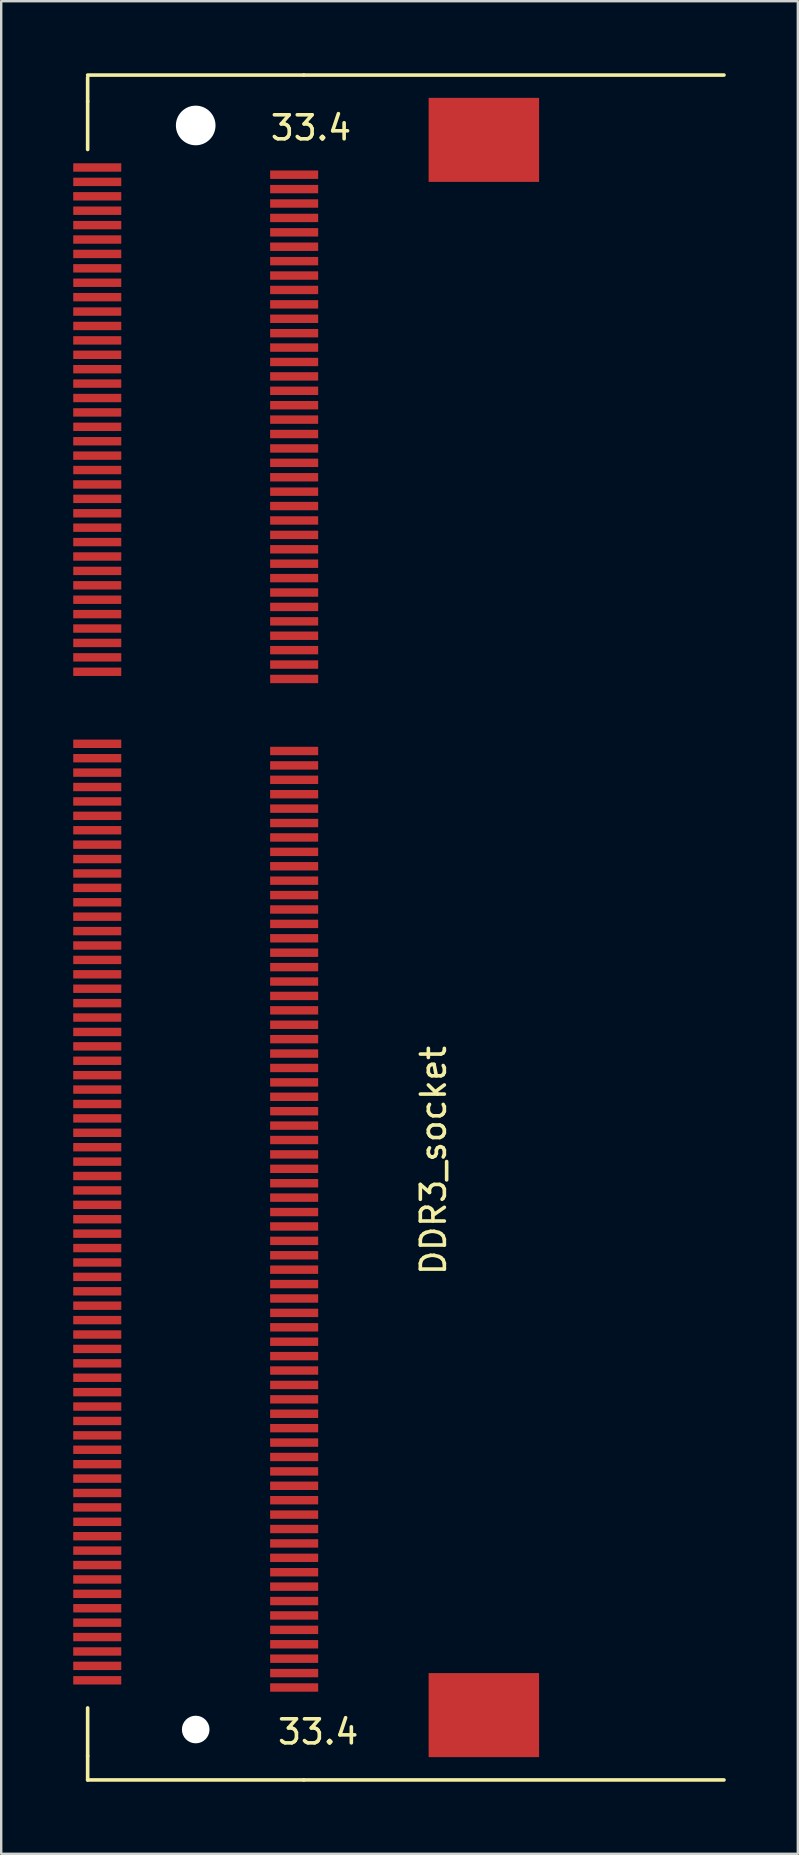
<source format=kicad_pcb>
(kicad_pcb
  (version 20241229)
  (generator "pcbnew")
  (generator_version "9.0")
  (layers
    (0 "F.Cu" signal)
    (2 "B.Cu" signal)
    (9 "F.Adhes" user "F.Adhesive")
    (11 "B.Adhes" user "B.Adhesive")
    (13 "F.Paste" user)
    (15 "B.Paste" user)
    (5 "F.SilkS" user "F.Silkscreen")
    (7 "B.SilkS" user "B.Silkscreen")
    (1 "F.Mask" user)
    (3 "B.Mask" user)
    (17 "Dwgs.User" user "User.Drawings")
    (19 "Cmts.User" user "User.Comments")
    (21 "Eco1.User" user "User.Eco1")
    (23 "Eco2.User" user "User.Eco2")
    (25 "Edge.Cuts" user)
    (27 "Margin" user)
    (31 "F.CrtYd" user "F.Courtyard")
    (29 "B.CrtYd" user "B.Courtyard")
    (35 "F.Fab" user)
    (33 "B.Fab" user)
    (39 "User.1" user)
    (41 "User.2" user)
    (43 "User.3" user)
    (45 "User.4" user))
  (footprint "DDR3_socket"
    (layer "F.Cu")
    (at 5.1 35.575)
    (property "Reference" "DDR3_socket" (at 9.9 9.7 90) (layer "F.SilkS") (effects (font (size 1 1) (thickness 0.15))))
    (attr smd)
    (fp_line (start -4.5 -35.5) (end 4.5 -35.5) (stroke (width 0.15) (type solid)) (layer "F.SilkS"))
    (fp_line (start -4.5 -35.4) (end -4.5 -34.4) (stroke (width 0.15) (type solid)) (layer "F.SilkS"))
    (fp_line (start -4.5 -34.4) (end -4.5 -32.4) (stroke (width 0.15) (type solid)) (layer "F.SilkS"))
    (fp_line (start -4.5 34.5) (end -4.5 32.5) (stroke (width 0.15) (type solid)) (layer "F.SilkS"))
    (fp_line (start -4.5 35.5) (end -4.5 34.5) (stroke (width 0.15) (type solid)) (layer "F.SilkS"))
    (fp_line (start 4.5 -35.5) (end 22 -35.5) (stroke (width 0.15) (type solid)) (layer "F.SilkS"))
    (fp_line (start 4.5 35.5) (end -4.5 35.5) (stroke (width 0.15) (type solid)) (layer "F.SilkS"))
    (fp_line (start 4.5 35.5) (end 22 35.5) (stroke (width 0.15) (type solid)) (layer "F.SilkS"))
    (fp_text user "33.4" (at 4.8 -33.3 0) (layer "F.SilkS") (effects (font (size 1 1) (thickness 0.15))))
    (fp_text user "33.4" (at 5.1 33.5 0) (layer "F.SilkS") (effects (font (size 1 1) (thickness 0.15))))
    (pad "" np_thru_hole circle (at 0 -33.4 90) (size 1.65 1.65) (drill 1.65) (layers "*.Cu"))
    (pad "" np_thru_hole circle (at 0 33.4 90) (size 1.15 1.15) (drill 1.15) (layers "*.Cu" "*.Mask"))
    (pad "1" smd rect (at -4.1 -31.65 90) (size 0.35 2) (layers "F.Cu" "F.Mask" "F.Paste"))
    (pad "2" smd rect (at 4.1 -31.35 90) (size 0.35 2) (layers "F.Cu" "F.Mask" "F.Paste"))
    (pad "3" smd rect (at -4.1 -31.05 90) (size 0.35 2) (layers "F.Cu" "F.Mask" "F.Paste"))
    (pad "4" smd rect (at 4.1 -30.75 90) (size 0.35 2) (layers "F.Cu" "F.Mask" "F.Paste"))
    (pad "5" smd rect (at -4.1 -30.45 90) (size 0.35 2) (layers "F.Cu" "F.Mask" "F.Paste"))
    (pad "6" smd rect (at 4.1 -30.15 90) (size 0.35 2) (layers "F.Cu" "F.Mask" "F.Paste"))
    (pad "7" smd rect (at -4.1 -29.85 90) (size 0.35 2) (layers "F.Cu" "F.Mask" "F.Paste"))
    (pad "8" smd rect (at 4.1 -29.55 90) (size 0.35 2) (layers "F.Cu" "F.Mask" "F.Paste"))
    (pad "9" smd rect (at -4.1 -29.25 90) (size 0.35 2) (layers "F.Cu" "F.Mask" "F.Paste"))
    (pad "10" smd rect (at 4.1 -28.95 90) (size 0.35 2) (layers "F.Cu" "F.Mask" "F.Paste"))
    (pad "11" smd rect (at -4.1 -28.65 90) (size 0.35 2) (layers "F.Cu" "F.Mask" "F.Paste"))
    (pad "12" smd rect (at 4.1 -28.35 90) (size 0.35 2) (layers "F.Cu" "F.Mask" "F.Paste"))
    (pad "13" smd rect (at -4.1 -28.05 90) (size 0.35 2) (layers "F.Cu" "F.Mask" "F.Paste"))
    (pad "14" smd rect (at 4.1 -27.75 90) (size 0.35 2) (layers "F.Cu" "F.Mask" "F.Paste"))
    (pad "15" smd rect (at -4.1 -27.45 90) (size 0.35 2) (layers "F.Cu" "F.Mask" "F.Paste"))
    (pad "16" smd rect (at 4.1 -27.15 90) (size 0.35 2) (layers "F.Cu" "F.Mask" "F.Paste"))
    (pad "17" smd rect (at -4.1 -26.85 90) (size 0.35 2) (layers "F.Cu" "F.Mask" "F.Paste"))
    (pad "18" smd rect (at 4.1 -26.55 90) (size 0.35 2) (layers "F.Cu" "F.Mask" "F.Paste"))
    (pad "19" smd rect (at -4.1 -26.25 90) (size 0.35 2) (layers "F.Cu" "F.Mask" "F.Paste"))
    (pad "20" smd rect (at 4.1 -25.95 90) (size 0.35 2) (layers "F.Cu" "F.Mask" "F.Paste"))
    (pad "21" smd rect (at -4.1 -25.65 90) (size 0.35 2) (layers "F.Cu" "F.Mask" "F.Paste"))
    (pad "22" smd rect (at 4.1 -25.35 90) (size 0.35 2) (layers "F.Cu" "F.Mask" "F.Paste"))
    (pad "23" smd rect (at -4.1 -25.05 90) (size 0.35 2) (layers "F.Cu" "F.Mask" "F.Paste"))
    (pad "24" smd rect (at 4.1 -24.75 90) (size 0.35 2) (layers "F.Cu" "F.Mask" "F.Paste"))
    (pad "25" smd rect (at -4.1 -24.45 90) (size 0.35 2) (layers "F.Cu" "F.Mask" "F.Paste"))
    (pad "26" smd rect (at 4.1 -24.15 90) (size 0.35 2) (layers "F.Cu" "F.Mask" "F.Paste"))
    (pad "27" smd rect (at -4.1 -23.85 90) (size 0.35 2) (layers "F.Cu" "F.Mask" "F.Paste"))
    (pad "28" smd rect (at 4.1 -23.55 90) (size 0.35 2) (layers "F.Cu" "F.Mask" "F.Paste"))
    (pad "29" smd rect (at -4.1 -23.25 90) (size 0.35 2) (layers "F.Cu" "F.Mask" "F.Paste"))
    (pad "30" smd rect (at 4.1 -22.95 90) (size 0.35 2) (layers "F.Cu" "F.Mask" "F.Paste"))
    (pad "31" smd rect (at -4.1 -22.65 90) (size 0.35 2) (layers "F.Cu" "F.Mask" "F.Paste"))
    (pad "32" smd rect (at 4.1 -22.35 90) (size 0.35 2) (layers "F.Cu" "F.Mask" "F.Paste"))
    (pad "33" smd rect (at -4.1 -22.05 90) (size 0.35 2) (layers "F.Cu" "F.Mask" "F.Paste"))
    (pad "34" smd rect (at 4.1 -21.75 90) (size 0.35 2) (layers "F.Cu" "F.Mask" "F.Paste"))
    (pad "35" smd rect (at -4.1 -21.45 90) (size 0.35 2) (layers "F.Cu" "F.Mask" "F.Paste"))
    (pad "36" smd rect (at 4.1 -21.15 90) (size 0.35 2) (layers "F.Cu" "F.Mask" "F.Paste"))
    (pad "37" smd rect (at -4.1 -20.85 90) (size 0.35 2) (layers "F.Cu" "F.Mask" "F.Paste"))
    (pad "38" smd rect (at 4.1 -20.55 90) (size 0.35 2) (layers "F.Cu" "F.Mask" "F.Paste"))
    (pad "39" smd rect (at -4.1 -20.25 90) (size 0.35 2) (layers "F.Cu" "F.Mask" "F.Paste"))
    (pad "40" smd rect (at 4.1 -19.95 90) (size 0.35 2) (layers "F.Cu" "F.Mask" "F.Paste"))
    (pad "41" smd rect (at -4.1 -19.65 90) (size 0.35 2) (layers "F.Cu" "F.Mask" "F.Paste"))
    (pad "42" smd rect (at 4.1 -19.35 90) (size 0.35 2) (layers "F.Cu" "F.Mask" "F.Paste"))
    (pad "43" smd rect (at -4.1 -19.05 90) (size 0.35 2) (layers "F.Cu" "F.Mask" "F.Paste"))
    (pad "44" smd rect (at 4.1 -18.75 90) (size 0.35 2) (layers "F.Cu" "F.Mask" "F.Paste"))
    (pad "45" smd rect (at -4.1 -18.45 90) (size 0.35 2) (layers "F.Cu" "F.Mask" "F.Paste"))
    (pad "46" smd rect (at 4.1 -18.15 90) (size 0.35 2) (layers "F.Cu" "F.Mask" "F.Paste"))
    (pad "47" smd rect (at -4.1 -17.85 90) (size 0.35 2) (layers "F.Cu" "F.Mask" "F.Paste"))
    (pad "48" smd rect (at 4.1 -17.55 90) (size 0.35 2) (layers "F.Cu" "F.Mask" "F.Paste"))
    (pad "49" smd rect (at -4.1 -17.25 90) (size 0.35 2) (layers "F.Cu" "F.Mask" "F.Paste"))
    (pad "50" smd rect (at 4.1 -16.95 90) (size 0.35 2) (layers "F.Cu" "F.Mask" "F.Paste"))
    (pad "51" smd rect (at -4.1 -16.65 90) (size 0.35 2) (layers "F.Cu" "F.Mask" "F.Paste"))
    (pad "52" smd rect (at 4.1 -16.35 90) (size 0.35 2) (layers "F.Cu" "F.Mask" "F.Paste"))
    (pad "53" smd rect (at -4.1 -16.05 90) (size 0.35 2) (layers "F.Cu" "F.Mask" "F.Paste"))
    (pad "54" smd rect (at 4.1 -15.75 90) (size 0.35 2) (layers "F.Cu" "F.Mask" "F.Paste"))
    (pad "55" smd rect (at -4.1 -15.45 90) (size 0.35 2) (layers "F.Cu" "F.Mask" "F.Paste"))
    (pad "56" smd rect (at 4.1 -15.15 90) (size 0.35 2) (layers "F.Cu" "F.Mask" "F.Paste"))
    (pad "57" smd rect (at -4.1 -14.85 90) (size 0.35 2) (layers "F.Cu" "F.Mask" "F.Paste"))
    (pad "58" smd rect (at 4.1 -14.55 90) (size 0.35 2) (layers "F.Cu" "F.Mask" "F.Paste"))
    (pad "59" smd rect (at -4.1 -14.25 90) (size 0.35 2) (layers "F.Cu" "F.Mask" "F.Paste"))
    (pad "60" smd rect (at 4.1 -13.95 90) (size 0.35 2) (layers "F.Cu" "F.Mask" "F.Paste"))
    (pad "61" smd rect (at -4.1 -13.65 90) (size 0.35 2) (layers "F.Cu" "F.Mask" "F.Paste"))
    (pad "62" smd rect (at 4.1 -13.35 90) (size 0.35 2) (layers "F.Cu" "F.Mask" "F.Paste"))
    (pad "63" smd rect (at -4.1 -13.05 90) (size 0.35 2) (layers "F.Cu" "F.Mask" "F.Paste"))
    (pad "64" smd rect (at 4.1 -12.75 90) (size 0.35 2) (layers "F.Cu" "F.Mask" "F.Paste"))
    (pad "65" smd rect (at -4.1 -12.45 90) (size 0.35 2) (layers "F.Cu" "F.Mask" "F.Paste"))
    (pad "66" smd rect (at 4.1 -12.15 90) (size 0.35 2) (layers "F.Cu" "F.Mask" "F.Paste"))
    (pad "67" smd rect (at -4.1 -11.85 90) (size 0.35 2) (layers "F.Cu" "F.Mask" "F.Paste"))
    (pad "68" smd rect (at 4.1 -11.55 90) (size 0.35 2) (layers "F.Cu" "F.Mask" "F.Paste"))
    (pad "69" smd rect (at -4.1 -11.25 90) (size 0.35 2) (layers "F.Cu" "F.Mask" "F.Paste"))
    (pad "70" smd rect (at 4.1 -10.95 90) (size 0.35 2) (layers "F.Cu" "F.Mask" "F.Paste"))
    (pad "71" smd rect (at -4.1 -10.65 90) (size 0.35 2) (layers "F.Cu" "F.Mask" "F.Paste"))
    (pad "72" smd rect (at 4.1 -10.35 90) (size 0.35 2) (layers "F.Cu" "F.Mask" "F.Paste"))
    (pad "73" smd rect (at -4.1 -7.65 90) (size 0.35 2) (layers "F.Cu" "F.Mask" "F.Paste"))
    (pad "74" smd rect (at 4.1 -7.35 90) (size 0.35 2) (layers "F.Cu" "F.Mask" "F.Paste"))
    (pad "75" smd rect (at -4.1 -7.05 90) (size 0.35 2) (layers "F.Cu" "F.Mask" "F.Paste"))
    (pad "76" smd rect (at 4.1 -6.75 90) (size 0.35 2) (layers "F.Cu" "F.Mask" "F.Paste"))
    (pad "77" smd rect (at -4.1 -6.45 90) (size 0.35 2) (layers "F.Cu" "F.Mask" "F.Paste"))
    (pad "78" smd rect (at 4.1 -6.15 90) (size 0.35 2) (layers "F.Cu" "F.Mask" "F.Paste"))
    (pad "79" smd rect (at -4.1 -5.85 90) (size 0.35 2) (layers "F.Cu" "F.Mask" "F.Paste"))
    (pad "80" smd rect (at 4.1 -5.55 90) (size 0.35 2) (layers "F.Cu" "F.Mask" "F.Paste"))
    (pad "81" smd rect (at -4.1 -5.25 90) (size 0.35 2) (layers "F.Cu" "F.Mask" "F.Paste"))
    (pad "82" smd rect (at 4.1 -4.95 90) (size 0.35 2) (layers "F.Cu" "F.Mask" "F.Paste"))
    (pad "83" smd rect (at -4.1 -4.65 90) (size 0.35 2) (layers "F.Cu" "F.Mask" "F.Paste"))
    (pad "84" smd rect (at 4.1 -4.35 90) (size 0.35 2) (layers "F.Cu" "F.Mask" "F.Paste"))
    (pad "85" smd rect (at -4.1 -4.05 90) (size 0.35 2) (layers "F.Cu" "F.Mask" "F.Paste"))
    (pad "86" smd rect (at 4.1 -3.75 90) (size 0.35 2) (layers "F.Cu" "F.Mask" "F.Paste"))
    (pad "87" smd rect (at -4.1 -3.45 90) (size 0.35 2) (layers "F.Cu" "F.Mask" "F.Paste"))
    (pad "88" smd rect (at 4.1 -3.15 90) (size 0.35 2) (layers "F.Cu" "F.Mask" "F.Paste"))
    (pad "89" smd rect (at -4.1 -2.85 90) (size 0.35 2) (layers "F.Cu" "F.Mask" "F.Paste"))
    (pad "90" smd rect (at 4.1 -2.55 90) (size 0.35 2) (layers "F.Cu" "F.Mask" "F.Paste"))
    (pad "91" smd rect (at -4.1 -2.25 90) (size 0.35 2) (layers "F.Cu" "F.Mask" "F.Paste"))
    (pad "92" smd rect (at 4.1 -1.95 90) (size 0.35 2) (layers "F.Cu" "F.Mask" "F.Paste"))
    (pad "93" smd rect (at -4.1 -1.65 90) (size 0.35 2) (layers "F.Cu" "F.Mask" "F.Paste"))
    (pad "94" smd rect (at 4.1 -1.35 90) (size 0.35 2) (layers "F.Cu" "F.Mask" "F.Paste"))
    (pad "95" smd rect (at -4.1 -1.05 90) (size 0.35 2) (layers "F.Cu" "F.Mask" "F.Paste"))
    (pad "96" smd rect (at 4.1 -0.75 90) (size 0.35 2) (layers "F.Cu" "F.Mask" "F.Paste"))
    (pad "97" smd rect (at -4.1 -0.45 90) (size 0.35 2) (layers "F.Cu" "F.Mask" "F.Paste"))
    (pad "98" smd rect (at 4.1 -0.15 90) (size 0.35 2) (layers "F.Cu" "F.Mask" "F.Paste"))
    (pad "99" smd rect (at -4.1 0.15 90) (size 0.35 2) (layers "F.Cu" "F.Mask" "F.Paste"))
    (pad "100" smd rect (at 4.1 0.45 90) (size 0.35 2) (layers "F.Cu" "F.Mask" "F.Paste"))
    (pad "101" smd rect (at -4.1 0.75 90) (size 0.35 2) (layers "F.Cu" "F.Mask" "F.Paste"))
    (pad "102" smd rect (at 4.1 1.05 90) (size 0.35 2) (layers "F.Cu" "F.Mask" "F.Paste"))
    (pad "103" smd rect (at -4.1 1.35 90) (size 0.35 2) (layers "F.Cu" "F.Mask" "F.Paste"))
    (pad "104" smd rect (at 4.1 1.65 90) (size 0.35 2) (layers "F.Cu" "F.Mask" "F.Paste"))
    (pad "105" smd rect (at -4.1 1.95 90) (size 0.35 2) (layers "F.Cu" "F.Mask" "F.Paste"))
    (pad "106" smd rect (at 4.1 2.25 90) (size 0.35 2) (layers "F.Cu" "F.Mask" "F.Paste"))
    (pad "107" smd rect (at -4.1 2.55 90) (size 0.35 2) (layers "F.Cu" "F.Mask" "F.Paste"))
    (pad "108" smd rect (at 4.1 2.85 90) (size 0.35 2) (layers "F.Cu" "F.Mask" "F.Paste"))
    (pad "109" smd rect (at -4.1 3.15 90) (size 0.35 2) (layers "F.Cu" "F.Mask" "F.Paste"))
    (pad "110" smd rect (at 4.1 3.45 90) (size 0.35 2) (layers "F.Cu" "F.Mask" "F.Paste"))
    (pad "111" smd rect (at -4.1 3.75 90) (size 0.35 2) (layers "F.Cu" "F.Mask" "F.Paste"))
    (pad "112" smd rect (at 4.1 4.05 90) (size 0.35 2) (layers "F.Cu" "F.Mask" "F.Paste"))
    (pad "113" smd rect (at -4.1 4.35 90) (size 0.35 2) (layers "F.Cu" "F.Mask" "F.Paste"))
    (pad "114" smd rect (at 4.1 4.65 90) (size 0.35 2) (layers "F.Cu" "F.Mask" "F.Paste"))
    (pad "115" smd rect (at -4.1 4.95 90) (size 0.35 2) (layers "F.Cu" "F.Mask" "F.Paste"))
    (pad "116" smd rect (at 4.1 5.25 90) (size 0.35 2) (layers "F.Cu" "F.Mask" "F.Paste"))
    (pad "117" smd rect (at -4.1 5.55 90) (size 0.35 2) (layers "F.Cu" "F.Mask" "F.Paste"))
    (pad "118" smd rect (at 4.1 5.85 90) (size 0.35 2) (layers "F.Cu" "F.Mask" "F.Paste"))
    (pad "119" smd rect (at -4.1 6.15 90) (size 0.35 2) (layers "F.Cu" "F.Mask" "F.Paste"))
    (pad "120" smd rect (at 4.1 6.45 90) (size 0.35 2) (layers "F.Cu" "F.Mask" "F.Paste"))
    (pad "121" smd rect (at -4.1 6.75 90) (size 0.35 2) (layers "F.Cu" "F.Mask" "F.Paste"))
    (pad "122" smd rect (at 4.1 7.05 90) (size 0.35 2) (layers "F.Cu" "F.Mask" "F.Paste"))
    (pad "123" smd rect (at -4.1 7.35 90) (size 0.35 2) (layers "F.Cu" "F.Mask" "F.Paste"))
    (pad "124" smd rect (at 4.1 7.65 90) (size 0.35 2) (layers "F.Cu" "F.Mask" "F.Paste"))
    (pad "125" smd rect (at -4.1 7.95 90) (size 0.35 2) (layers "F.Cu" "F.Mask" "F.Paste"))
    (pad "126" smd rect (at 4.1 8.25 90) (size 0.35 2) (layers "F.Cu" "F.Mask" "F.Paste"))
    (pad "127" smd rect (at -4.1 8.55 90) (size 0.35 2) (layers "F.Cu" "F.Mask" "F.Paste"))
    (pad "128" smd rect (at 4.1 8.85 90) (size 0.35 2) (layers "F.Cu" "F.Mask" "F.Paste"))
    (pad "129" smd rect (at -4.1 9.15 90) (size 0.35 2) (layers "F.Cu" "F.Mask" "F.Paste"))
    (pad "130" smd rect (at 4.1 9.45 90) (size 0.35 2) (layers "F.Cu" "F.Mask" "F.Paste"))
    (pad "131" smd rect (at -4.1 9.75 90) (size 0.35 2) (layers "F.Cu" "F.Mask" "F.Paste"))
    (pad "132" smd rect (at 4.1 10.05 90) (size 0.35 2) (layers "F.Cu" "F.Mask" "F.Paste"))
    (pad "133" smd rect (at -4.1 10.35 90) (size 0.35 2) (layers "F.Cu" "F.Mask" "F.Paste"))
    (pad "134" smd rect (at 4.1 10.65 90) (size 0.35 2) (layers "F.Cu" "F.Mask" "F.Paste"))
    (pad "135" smd rect (at -4.1 10.95 90) (size 0.35 2) (layers "F.Cu" "F.Mask" "F.Paste"))
    (pad "136" smd rect (at 4.1 11.25 90) (size 0.35 2) (layers "F.Cu" "F.Mask" "F.Paste"))
    (pad "137" smd rect (at -4.1 11.55 90) (size 0.35 2) (layers "F.Cu" "F.Mask" "F.Paste"))
    (pad "138" smd rect (at 4.1 11.85 90) (size 0.35 2) (layers "F.Cu" "F.Mask" "F.Paste"))
    (pad "139" smd rect (at -4.1 12.15 90) (size 0.35 2) (layers "F.Cu" "F.Mask" "F.Paste"))
    (pad "140" smd rect (at 4.1 12.45 90) (size 0.35 2) (layers "F.Cu" "F.Mask" "F.Paste"))
    (pad "141" smd rect (at -4.1 12.75 90) (size 0.35 2) (layers "F.Cu" "F.Mask" "F.Paste"))
    (pad "142" smd rect (at 4.1 13.05 90) (size 0.35 2) (layers "F.Cu" "F.Mask" "F.Paste"))
    (pad "143" smd rect (at -4.1 13.35 90) (size 0.35 2) (layers "F.Cu" "F.Mask" "F.Paste"))
    (pad "144" smd rect (at 4.1 13.65 90) (size 0.35 2) (layers "F.Cu" "F.Mask" "F.Paste"))
    (pad "145" smd rect (at -4.1 13.95 90) (size 0.35 2) (layers "F.Cu" "F.Mask" "F.Paste"))
    (pad "146" smd rect (at 4.1 14.25 90) (size 0.35 2) (layers "F.Cu" "F.Mask" "F.Paste"))
    (pad "147" smd rect (at -4.1 14.55 90) (size 0.35 2) (layers "F.Cu" "F.Mask" "F.Paste"))
    (pad "148" smd rect (at 4.1 14.85 90) (size 0.35 2) (layers "F.Cu" "F.Mask" "F.Paste"))
    (pad "149" smd rect (at -4.1 15.15 90) (size 0.35 2) (layers "F.Cu" "F.Mask" "F.Paste"))
    (pad "150" smd rect (at 4.1 15.45 90) (size 0.35 2) (layers "F.Cu" "F.Mask" "F.Paste"))
    (pad "151" smd rect (at -4.1 15.75 90) (size 0.35 2) (layers "F.Cu" "F.Mask" "F.Paste"))
    (pad "152" smd rect (at 4.1 16.05 90) (size 0.35 2) (layers "F.Cu" "F.Mask" "F.Paste"))
    (pad "153" smd rect (at -4.1 16.35 90) (size 0.35 2) (layers "F.Cu" "F.Mask" "F.Paste"))
    (pad "154" smd rect (at 4.1 16.65 90) (size 0.35 2) (layers "F.Cu" "F.Mask" "F.Paste"))
    (pad "155" smd rect (at -4.1 16.95 90) (size 0.35 2) (layers "F.Cu" "F.Mask" "F.Paste"))
    (pad "156" smd rect (at 4.1 17.25 90) (size 0.35 2) (layers "F.Cu" "F.Mask" "F.Paste"))
    (pad "157" smd rect (at -4.1 17.55 90) (size 0.35 2) (layers "F.Cu" "F.Mask" "F.Paste"))
    (pad "158" smd rect (at 4.1 17.85 90) (size 0.35 2) (layers "F.Cu" "F.Mask" "F.Paste"))
    (pad "159" smd rect (at -4.1 18.15 90) (size 0.35 2) (layers "F.Cu" "F.Mask" "F.Paste"))
    (pad "160" smd rect (at 4.1 18.45 90) (size 0.35 2) (layers "F.Cu" "F.Mask" "F.Paste"))
    (pad "161" smd rect (at -4.1 18.75 90) (size 0.35 2) (layers "F.Cu" "F.Mask" "F.Paste"))
    (pad "162" smd rect (at 4.1 19.05 90) (size 0.35 2) (layers "F.Cu" "F.Mask" "F.Paste"))
    (pad "163" smd rect (at -4.1 19.35 90) (size 0.35 2) (layers "F.Cu" "F.Mask" "F.Paste"))
    (pad "164" smd rect (at 4.1 19.65 90) (size 0.35 2) (layers "F.Cu" "F.Mask" "F.Paste"))
    (pad "165" smd rect (at -4.1 19.95 90) (size 0.35 2) (layers "F.Cu" "F.Mask" "F.Paste"))
    (pad "166" smd rect (at 4.1 20.25 90) (size 0.35 2) (layers "F.Cu" "F.Mask" "F.Paste"))
    (pad "167" smd rect (at -4.1 20.55 90) (size 0.35 2) (layers "F.Cu" "F.Mask" "F.Paste"))
    (pad "168" smd rect (at 4.1 20.85 90) (size 0.35 2) (layers "F.Cu" "F.Mask" "F.Paste"))
    (pad "169" smd rect (at -4.1 21.15 90) (size 0.35 2) (layers "F.Cu" "F.Mask" "F.Paste"))
    (pad "170" smd rect (at 4.1 21.45 90) (size 0.35 2) (layers "F.Cu" "F.Mask" "F.Paste"))
    (pad "171" smd rect (at -4.1 21.75 90) (size 0.35 2) (layers "F.Cu" "F.Mask" "F.Paste"))
    (pad "172" smd rect (at 4.1 22.05 90) (size 0.35 2) (layers "F.Cu" "F.Mask" "F.Paste"))
    (pad "173" smd rect (at -4.1 22.35 90) (size 0.35 2) (layers "F.Cu" "F.Mask" "F.Paste"))
    (pad "174" smd rect (at 4.1 22.65 90) (size 0.35 2) (layers "F.Cu" "F.Mask" "F.Paste"))
    (pad "175" smd rect (at -4.1 22.95 90) (size 0.35 2) (layers "F.Cu" "F.Mask" "F.Paste"))
    (pad "176" smd rect (at 4.1 23.25 90) (size 0.35 2) (layers "F.Cu" "F.Mask" "F.Paste"))
    (pad "177" smd rect (at -4.1 23.55 90) (size 0.35 2) (layers "F.Cu" "F.Mask" "F.Paste"))
    (pad "178" smd rect (at 4.1 23.85 90) (size 0.35 2) (layers "F.Cu" "F.Mask" "F.Paste"))
    (pad "179" smd rect (at -4.1 24.15 90) (size 0.35 2) (layers "F.Cu" "F.Mask" "F.Paste"))
    (pad "180" smd rect (at 4.1 24.45 90) (size 0.35 2) (layers "F.Cu" "F.Mask" "F.Paste"))
    (pad "181" smd rect (at -4.1 24.75 90) (size 0.35 2) (layers "F.Cu" "F.Mask" "F.Paste"))
    (pad "182" smd rect (at 4.1 25.05 90) (size 0.35 2) (layers "F.Cu" "F.Mask" "F.Paste"))
    (pad "183" smd rect (at -4.1 25.35 90) (size 0.35 2) (layers "F.Cu" "F.Mask" "F.Paste"))
    (pad "184" smd rect (at 4.1 25.65 90) (size 0.35 2) (layers "F.Cu" "F.Mask" "F.Paste"))
    (pad "185" smd rect (at -4.1 25.95 90) (size 0.35 2) (layers "F.Cu" "F.Mask" "F.Paste"))
    (pad "186" smd rect (at 4.1 26.25 90) (size 0.35 2) (layers "F.Cu" "F.Mask" "F.Paste"))
    (pad "187" smd rect (at -4.1 26.55 90) (size 0.35 2) (layers "F.Cu" "F.Mask" "F.Paste"))
    (pad "188" smd rect (at 4.1 26.85 90) (size 0.35 2) (layers "F.Cu" "F.Mask" "F.Paste"))
    (pad "189" smd rect (at -4.1 27.15 90) (size 0.35 2) (layers "F.Cu" "F.Mask" "F.Paste"))
    (pad "190" smd rect (at 4.1 27.45 90) (size 0.35 2) (layers "F.Cu" "F.Mask" "F.Paste"))
    (pad "191" smd rect (at -4.1 27.75 90) (size 0.35 2) (layers "F.Cu" "F.Mask" "F.Paste"))
    (pad "192" smd rect (at 4.1 28.05 90) (size 0.35 2) (layers "F.Cu" "F.Mask" "F.Paste"))
    (pad "193" smd rect (at -4.1 28.35 90) (size 0.35 2) (layers "F.Cu" "F.Mask" "F.Paste"))
    (pad "194" smd rect (at 4.1 28.65 90) (size 0.35 2) (layers "F.Cu" "F.Mask" "F.Paste"))
    (pad "195" smd rect (at -4.1 28.95 90) (size 0.35 2) (layers "F.Cu" "F.Mask" "F.Paste"))
    (pad "196" smd rect (at 4.1 29.25 90) (size 0.35 2) (layers "F.Cu" "F.Mask" "F.Paste"))
    (pad "197" smd rect (at -4.1 29.55 90) (size 0.35 2) (layers "F.Cu" "F.Mask" "F.Paste"))
    (pad "198" smd rect (at 4.1 29.85 90) (size 0.35 2) (layers "F.Cu" "F.Mask" "F.Paste"))
    (pad "199" smd rect (at -4.1 30.15 90) (size 0.35 2) (layers "F.Cu" "F.Mask" "F.Paste"))
    (pad "200" smd rect (at 4.1 30.45 90) (size 0.35 2) (layers "F.Cu" "F.Mask" "F.Paste"))
    (pad "201" smd rect (at -4.1 30.75 90) (size 0.35 2) (layers "F.Cu" "F.Mask" "F.Paste"))
    (pad "202" smd rect (at 4.1 31.05 90) (size 0.35 2) (layers "F.Cu" "F.Mask" "F.Paste"))
    (pad "203" smd rect (at -4.1 31.35 90) (size 0.35 2) (layers "F.Cu" "F.Mask" "F.Paste"))
    (pad "204" smd rect (at 4.1 31.65 90) (size 0.35 2) (layers "F.Cu" "F.Mask" "F.Paste"))
    (pad "205" smd rect (at 12 -32.8) (size 4.6 3.5) (layers "F.Cu" "F.Mask" "F.Paste"))
    (pad "206" smd rect (at 12 32.8) (size 4.6 3.5) (layers "F.Cu" "F.Mask" "F.Paste")))
  (gr_rect
    (start -3 -3)
    (end 30.175 74.15)
    (stroke (width 0.1) (type default))
    (fill no)
    (layer "Edge.Cuts")))
</source>
